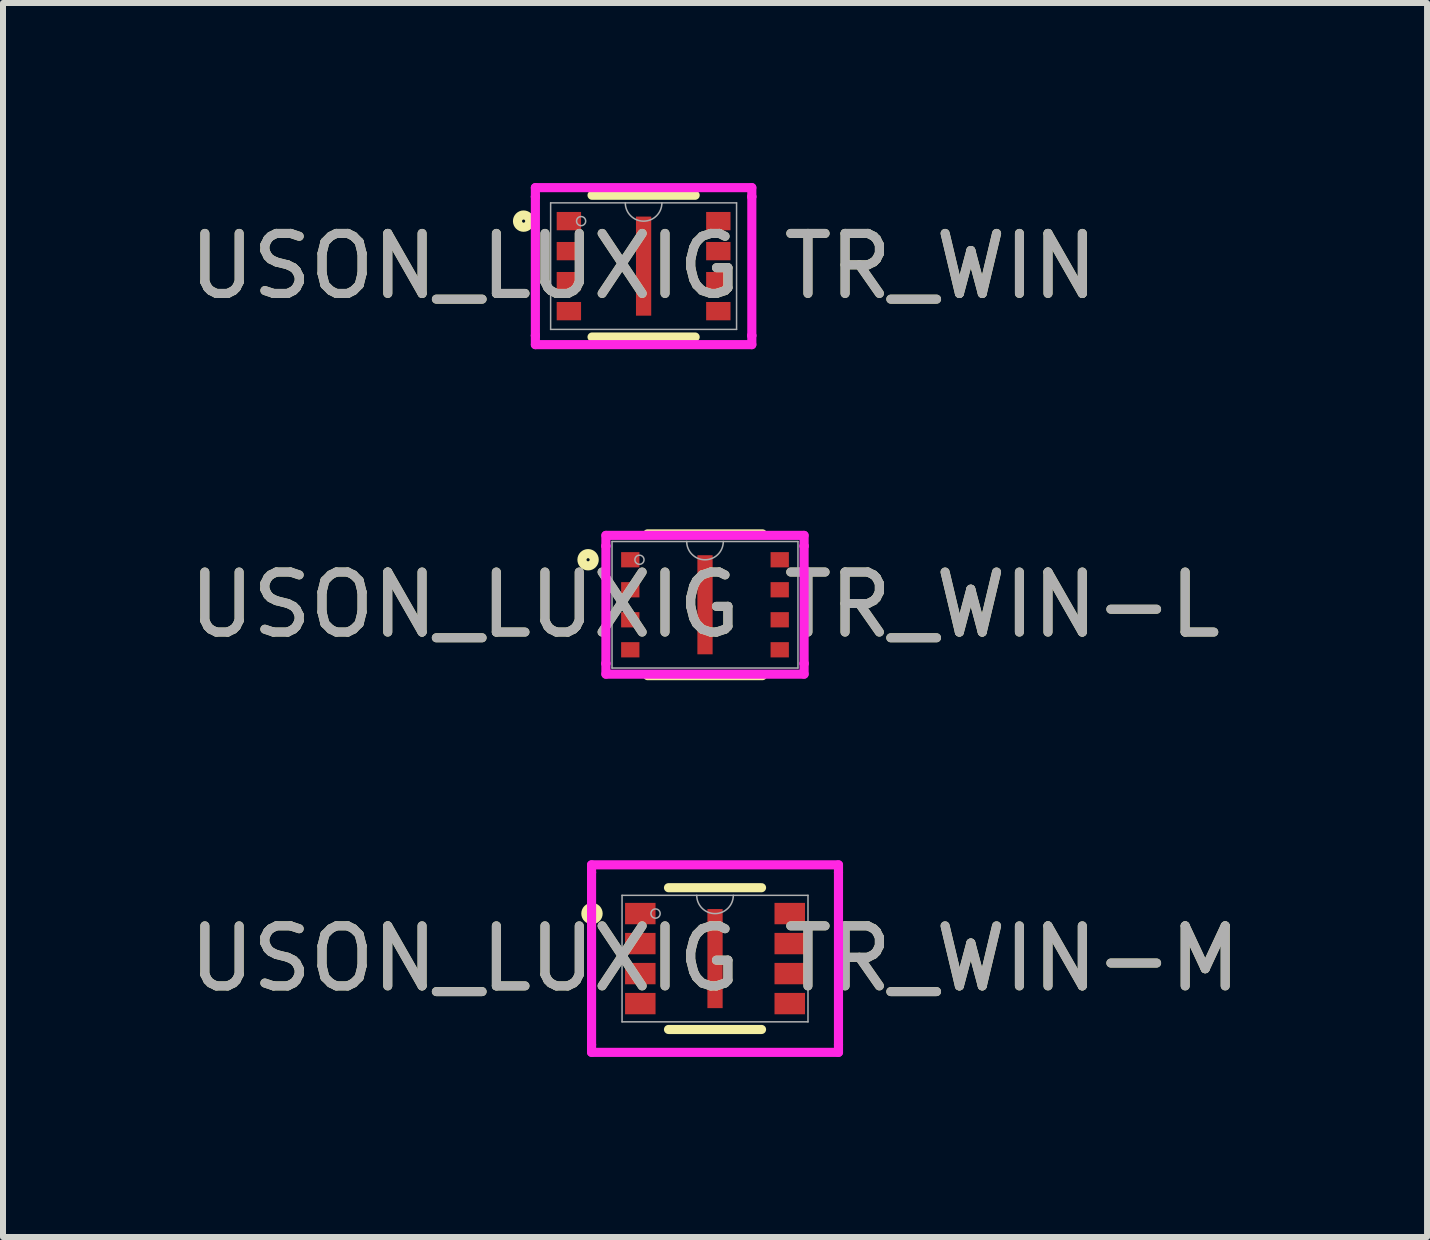
<source format=kicad_pcb>
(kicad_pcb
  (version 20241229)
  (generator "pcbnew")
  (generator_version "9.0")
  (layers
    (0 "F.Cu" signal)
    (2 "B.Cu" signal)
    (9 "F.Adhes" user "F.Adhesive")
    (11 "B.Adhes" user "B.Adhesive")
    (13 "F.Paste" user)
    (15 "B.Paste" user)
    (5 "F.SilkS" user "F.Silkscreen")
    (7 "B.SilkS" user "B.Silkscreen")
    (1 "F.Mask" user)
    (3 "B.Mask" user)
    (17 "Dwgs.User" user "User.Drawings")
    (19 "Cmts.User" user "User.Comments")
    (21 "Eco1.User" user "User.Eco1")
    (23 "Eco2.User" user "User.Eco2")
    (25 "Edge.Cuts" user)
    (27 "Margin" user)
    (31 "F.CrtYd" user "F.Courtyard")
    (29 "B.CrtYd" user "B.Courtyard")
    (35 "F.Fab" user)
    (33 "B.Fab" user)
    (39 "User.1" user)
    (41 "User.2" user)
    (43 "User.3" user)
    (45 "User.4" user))
  (footprint "USON_LUXIG TR_WIN"
    (layer "F.Cu")
    (at 7.673 1.384)
    (property "Reference" "USON_LUXIG TR_WIN" (at 0 0 0) (unlocked yes) (layer "F.SilkS") (effects (font (size 1 1) (thickness 0.15))))
    (attr smd)
    (fp_line (start -0.859 1.181) (end 0.859 1.181) (stroke (width 0.152) (type solid)) (layer "F.SilkS"))
    (fp_line (start 0.859 -1.181) (end -0.859 -1.181) (stroke (width 0.152) (type solid)) (layer "F.SilkS"))
    (fp_circle (center -1.999 -0.75) (end -1.897 -0.75) (stroke (width 0.152) (type solid)) (fill no) (layer "F.SilkS"))
    (fp_line (start -1.803 -1.308) (end 1.803 -1.308) (stroke (width 0.152) (type solid)) (layer "F.CrtYd"))
    (fp_line (start -1.803 -1.157) (end -1.803 -1.308) (stroke (width 0.152) (type solid)) (layer "F.CrtYd"))
    (fp_line (start -1.803 -1.157) (end -1.803 -1.157) (stroke (width 0.152) (type solid)) (layer "F.CrtYd"))
    (fp_line (start -1.803 1.157) (end -1.803 -1.157) (stroke (width 0.152) (type solid)) (layer "F.CrtYd"))
    (fp_line (start -1.803 1.157) (end -1.803 1.157) (stroke (width 0.152) (type solid)) (layer "F.CrtYd"))
    (fp_line (start -1.803 1.308) (end -1.803 1.157) (stroke (width 0.152) (type solid)) (layer "F.CrtYd"))
    (fp_line (start 1.803 -1.308) (end 1.803 -1.157) (stroke (width 0.152) (type solid)) (layer "F.CrtYd"))
    (fp_line (start 1.803 -1.157) (end 1.803 -1.157) (stroke (width 0.152) (type solid)) (layer "F.CrtYd"))
    (fp_line (start 1.803 -1.157) (end 1.803 1.157) (stroke (width 0.152) (type solid)) (layer "F.CrtYd"))
    (fp_line (start 1.803 1.157) (end 1.803 1.157) (stroke (width 0.152) (type solid)) (layer "F.CrtYd"))
    (fp_line (start 1.803 1.157) (end 1.803 1.308) (stroke (width 0.152) (type solid)) (layer "F.CrtYd"))
    (fp_line (start 1.803 1.308) (end -1.803 1.308) (stroke (width 0.152) (type solid)) (layer "F.CrtYd"))
    (fp_line (start -1.549 -1.054) (end -1.549 1.054) (stroke (width 0.025) (type solid)) (layer "F.Fab"))
    (fp_line (start -1.549 1.054) (end 1.549 1.054) (stroke (width 0.025) (type solid)) (layer "F.Fab"))
    (fp_line (start 1.549 -1.054) (end -1.549 -1.054) (stroke (width 0.025) (type solid)) (layer "F.Fab"))
    (fp_line (start 1.549 1.054) (end 1.549 -1.054) (stroke (width 0.025) (type solid)) (layer "F.Fab"))
    (fp_arc (start 0.3048 -1.0541) (mid 0 -0.7493) (end -0.3048 -1.0541) (stroke (width 0.0254) (type solid)) (layer "F.Fab"))
    (fp_circle (center -1.041 -0.75) (end -0.965 -0.75) (stroke (width 0.025) (type solid)) (fill no) (layer "F.Fab"))
    (fp_text user "${REFERENCE}" (at 0 0 0) (unlocked yes) (layer "F.Fab") (effects (font (size 1 1) (thickness 0.15))))
    (pad "1" smd rect (at -1.245 -0.75) (size 0.406 0.305) (layers "F.Cu" "F.Mask" "F.Paste"))
    (pad "2" smd rect (at -1.245 -0.25) (size 0.406 0.305) (layers "F.Cu" "F.Mask" "F.Paste"))
    (pad "3" smd rect (at -1.245 0.25) (size 0.406 0.305) (layers "F.Cu" "F.Mask" "F.Paste"))
    (pad "4" smd rect (at -1.245 0.75) (size 0.406 0.305) (layers "F.Cu" "F.Mask" "F.Paste"))
    (pad "5" smd rect (at 1.245 0.75) (size 0.406 0.305) (layers "F.Cu" "F.Mask" "F.Paste"))
    (pad "6" smd rect (at 1.245 0.25) (size 0.406 0.305) (layers "F.Cu" "F.Mask" "F.Paste"))
    (pad "7" smd rect (at 1.245 -0.25) (size 0.406 0.305) (layers "F.Cu" "F.Mask" "F.Paste"))
    (pad "8" smd rect (at 1.245 -0.75) (size 0.406 0.305) (layers "F.Cu" "F.Mask" "F.Paste"))
    (pad "9" smd rect (at 0 0) (size 0.254 1.651) (layers "F.Cu" "F.Mask" "F.Paste")))
  (footprint "USON_LUXIG TR_WIN-M"
    (layer "F.Cu")
    (at 8.863 12.921)
    (property "Reference" "USON_LUXIG TR_WIN-M" (at 0 0 0) (unlocked yes) (layer "F.SilkS") (effects (font (size 1 1) (thickness 0.15))))
    (attr smd)
    (fp_line (start -0.775 1.181) (end 0.775 1.181) (stroke (width 0.152) (type solid)) (layer "F.SilkS"))
    (fp_line (start 0.775 -1.181) (end -0.775 -1.181) (stroke (width 0.152) (type solid)) (layer "F.SilkS"))
    (fp_circle (center -2.05 -0.75) (end -1.948 -0.75) (stroke (width 0.152) (type solid)) (fill no) (layer "F.SilkS"))
    (fp_line (start -2.057 -1.562) (end 2.057 -1.562) (stroke (width 0.152) (type solid)) (layer "F.CrtYd"))
    (fp_line (start -2.057 -1.436) (end -2.057 -1.562) (stroke (width 0.152) (type solid)) (layer "F.CrtYd"))
    (fp_line (start -2.057 -1.436) (end -2.057 -1.436) (stroke (width 0.152) (type solid)) (layer "F.CrtYd"))
    (fp_line (start -2.057 1.436) (end -2.057 -1.436) (stroke (width 0.152) (type solid)) (layer "F.CrtYd"))
    (fp_line (start -2.057 1.436) (end -2.057 1.436) (stroke (width 0.152) (type solid)) (layer "F.CrtYd"))
    (fp_line (start -2.057 1.562) (end -2.057 1.436) (stroke (width 0.152) (type solid)) (layer "F.CrtYd"))
    (fp_line (start 2.057 -1.562) (end 2.057 -1.436) (stroke (width 0.152) (type solid)) (layer "F.CrtYd"))
    (fp_line (start 2.057 -1.436) (end 2.057 -1.436) (stroke (width 0.152) (type solid)) (layer "F.CrtYd"))
    (fp_line (start 2.057 -1.436) (end 2.057 1.436) (stroke (width 0.152) (type solid)) (layer "F.CrtYd"))
    (fp_line (start 2.057 1.436) (end 2.057 1.436) (stroke (width 0.152) (type solid)) (layer "F.CrtYd"))
    (fp_line (start 2.057 1.436) (end 2.057 1.562) (stroke (width 0.152) (type solid)) (layer "F.CrtYd"))
    (fp_line (start 2.057 1.562) (end -2.057 1.562) (stroke (width 0.152) (type solid)) (layer "F.CrtYd"))
    (fp_line (start -1.549 -1.054) (end -1.549 1.054) (stroke (width 0.025) (type solid)) (layer "F.Fab"))
    (fp_line (start -1.549 1.054) (end 1.549 1.054) (stroke (width 0.025) (type solid)) (layer "F.Fab"))
    (fp_line (start 1.549 -1.054) (end -1.549 -1.054) (stroke (width 0.025) (type solid)) (layer "F.Fab"))
    (fp_line (start 1.549 1.054) (end 1.549 -1.054) (stroke (width 0.025) (type solid)) (layer "F.Fab"))
    (fp_arc (start 0.3048 -1.0541) (mid 0 -0.7493) (end -0.3048 -1.0541) (stroke (width 0.0254) (type solid)) (layer "F.Fab"))
    (fp_circle (center -0.991 -0.75) (end -0.914 -0.75) (stroke (width 0.025) (type solid)) (fill no) (layer "F.Fab"))
    (fp_text user "${REFERENCE}" (at 0 0 0) (unlocked yes) (layer "F.Fab") (effects (font (size 1 1) (thickness 0.15))))
    (pad "1" smd rect (at -1.245 -0.75) (size 0.508 0.356) (layers "F.Cu" "F.Mask" "F.Paste"))
    (pad "2" smd rect (at -1.245 -0.25) (size 0.508 0.356) (layers "F.Cu" "F.Mask" "F.Paste"))
    (pad "3" smd rect (at -1.245 0.25) (size 0.508 0.356) (layers "F.Cu" "F.Mask" "F.Paste"))
    (pad "4" smd rect (at -1.245 0.75) (size 0.508 0.356) (layers "F.Cu" "F.Mask" "F.Paste"))
    (pad "5" smd rect (at 1.245 0.75) (size 0.508 0.356) (layers "F.Cu" "F.Mask" "F.Paste"))
    (pad "6" smd rect (at 1.245 0.25) (size 0.508 0.356) (layers "F.Cu" "F.Mask" "F.Paste"))
    (pad "7" smd rect (at 1.245 -0.25) (size 0.508 0.356) (layers "F.Cu" "F.Mask" "F.Paste"))
    (pad "8" smd rect (at 1.245 -0.75) (size 0.508 0.356) (layers "F.Cu" "F.Mask" "F.Paste"))
    (pad "9" smd rect (at 0 0) (size 0.254 1.651) (layers "F.Cu" "F.Mask" "F.Paste")))
  (footprint "USON_LUXIG TR_WIN-L"
    (layer "F.Cu")
    (at 8.696 7.026)
    (property "Reference" "USON_LUXIG TR_WIN-L" (at 0 0 0) (unlocked yes) (layer "F.SilkS") (effects (font (size 1 1) (thickness 0.15))))
    (attr smd)
    (fp_line (start -0.957 1.181) (end 0.957 1.181) (stroke (width 0.152) (type solid)) (layer "F.SilkS"))
    (fp_line (start 0.957 -1.181) (end -0.957 -1.181) (stroke (width 0.152) (type solid)) (layer "F.SilkS"))
    (fp_circle (center -1.948 -0.75) (end -1.846 -0.75) (stroke (width 0.152) (type solid)) (fill no) (layer "F.SilkS"))
    (fp_line (start -1.651 -1.156) (end 1.651 -1.156) (stroke (width 0.152) (type solid)) (layer "F.CrtYd"))
    (fp_line (start -1.651 -0.979) (end -1.651 -1.156) (stroke (width 0.152) (type solid)) (layer "F.CrtYd"))
    (fp_line (start -1.651 -0.979) (end -1.651 -0.979) (stroke (width 0.152) (type solid)) (layer "F.CrtYd"))
    (fp_line (start -1.651 0.979) (end -1.651 -0.979) (stroke (width 0.152) (type solid)) (layer "F.CrtYd"))
    (fp_line (start -1.651 0.979) (end -1.651 0.979) (stroke (width 0.152) (type solid)) (layer "F.CrtYd"))
    (fp_line (start -1.651 1.156) (end -1.651 0.979) (stroke (width 0.152) (type solid)) (layer "F.CrtYd"))
    (fp_line (start 1.651 -1.156) (end 1.651 -0.979) (stroke (width 0.152) (type solid)) (layer "F.CrtYd"))
    (fp_line (start 1.651 -0.979) (end 1.651 -0.979) (stroke (width 0.152) (type solid)) (layer "F.CrtYd"))
    (fp_line (start 1.651 -0.979) (end 1.651 0.979) (stroke (width 0.152) (type solid)) (layer "F.CrtYd"))
    (fp_line (start 1.651 0.979) (end 1.651 0.979) (stroke (width 0.152) (type solid)) (layer "F.CrtYd"))
    (fp_line (start 1.651 0.979) (end 1.651 1.156) (stroke (width 0.152) (type solid)) (layer "F.CrtYd"))
    (fp_line (start 1.651 1.156) (end -1.651 1.156) (stroke (width 0.152) (type solid)) (layer "F.CrtYd"))
    (fp_line (start -1.549 -1.054) (end -1.549 1.054) (stroke (width 0.025) (type solid)) (layer "F.Fab"))
    (fp_line (start -1.549 1.054) (end 1.549 1.054) (stroke (width 0.025) (type solid)) (layer "F.Fab"))
    (fp_line (start 1.549 -1.054) (end -1.549 -1.054) (stroke (width 0.025) (type solid)) (layer "F.Fab"))
    (fp_line (start 1.549 1.054) (end 1.549 -1.054) (stroke (width 0.025) (type solid)) (layer "F.Fab"))
    (fp_arc (start 0.3048 -1.0541) (mid 0 -0.7493) (end -0.3048 -1.0541) (stroke (width 0.0254) (type solid)) (layer "F.Fab"))
    (fp_circle (center -1.092 -0.75) (end -1.016 -0.75) (stroke (width 0.025) (type solid)) (fill no) (layer "F.Fab"))
    (fp_text user "${REFERENCE}" (at 0 0 0) (unlocked yes) (layer "F.Fab") (effects (font (size 1 1) (thickness 0.15))))
    (pad "1" smd rect (at -1.245 -0.75) (size 0.305 0.254) (layers "F.Cu" "F.Mask" "F.Paste"))
    (pad "2" smd rect (at -1.245 -0.25) (size 0.305 0.254) (layers "F.Cu" "F.Mask" "F.Paste"))
    (pad "3" smd rect (at -1.245 0.25) (size 0.305 0.254) (layers "F.Cu" "F.Mask" "F.Paste"))
    (pad "4" smd rect (at -1.245 0.75) (size 0.305 0.254) (layers "F.Cu" "F.Mask" "F.Paste"))
    (pad "5" smd rect (at 1.245 0.75) (size 0.305 0.254) (layers "F.Cu" "F.Mask" "F.Paste"))
    (pad "6" smd rect (at 1.245 0.25) (size 0.305 0.254) (layers "F.Cu" "F.Mask" "F.Paste"))
    (pad "7" smd rect (at 1.245 -0.25) (size 0.305 0.254) (layers "F.Cu" "F.Mask" "F.Paste"))
    (pad "8" smd rect (at 1.245 -0.75) (size 0.305 0.254) (layers "F.Cu" "F.Mask" "F.Paste"))
    (pad "9" smd rect (at 0 0) (size 0.254 1.651) (layers "F.Cu" "F.Mask" "F.Paste")))
  (gr_rect
    (start -3 -3)
    (end 20.726 17.56)
    (stroke (width 0.1) (type default))
    (fill no)
    (layer "Edge.Cuts")))
</source>
